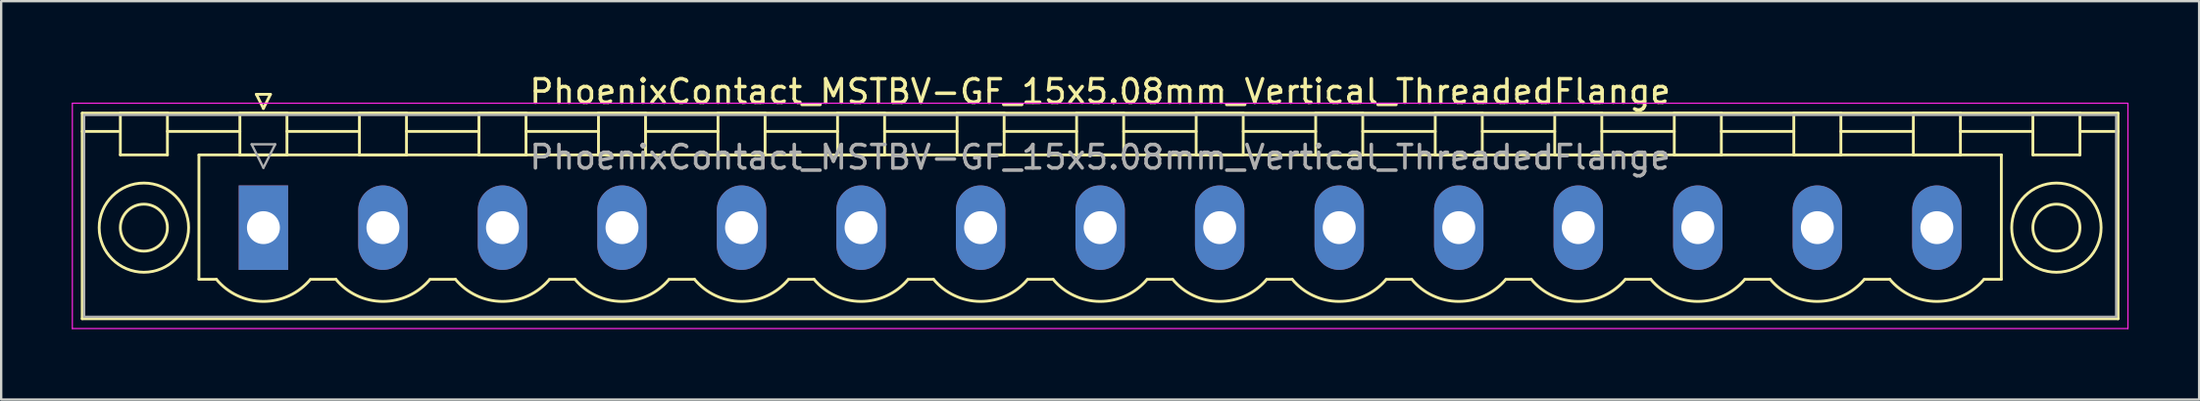
<source format=kicad_pcb>
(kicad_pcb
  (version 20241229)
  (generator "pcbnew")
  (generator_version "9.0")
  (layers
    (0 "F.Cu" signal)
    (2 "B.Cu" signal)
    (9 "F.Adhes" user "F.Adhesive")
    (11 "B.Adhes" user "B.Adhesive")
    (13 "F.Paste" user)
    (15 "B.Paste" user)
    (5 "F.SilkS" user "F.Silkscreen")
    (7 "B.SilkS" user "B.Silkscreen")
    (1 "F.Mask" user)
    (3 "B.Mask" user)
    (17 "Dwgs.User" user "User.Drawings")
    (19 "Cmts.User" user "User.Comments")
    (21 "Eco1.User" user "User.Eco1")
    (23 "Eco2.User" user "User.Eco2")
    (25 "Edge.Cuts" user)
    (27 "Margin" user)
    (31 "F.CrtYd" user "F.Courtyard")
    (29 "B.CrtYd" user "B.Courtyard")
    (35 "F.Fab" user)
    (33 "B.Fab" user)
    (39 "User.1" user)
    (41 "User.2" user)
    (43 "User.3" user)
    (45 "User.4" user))
  (footprint "PhoenixContact_MSTBV-GF_15x5.08mm_Vertical_ThreadedFlange"
    (layer "F.Cu")
    (at 8.145 6.648)
    (property "Reference" "PhoenixContact_MSTBV-GF_15x5.08mm_Vertical_ThreadedFlange" (at 35.56 -5.8 0) (layer "F.SilkS") (effects (font (size 1 1) (thickness 0.15))))
    (attr through_hole)
    (fp_line (start -7.7 -4.88) (end -7.7 3.88) (stroke (width 0.12) (type solid)) (layer "F.SilkS"))
    (fp_line (start -7.7 -4.1) (end -6.16 -4.1) (stroke (width 0.12) (type solid)) (layer "F.SilkS"))
    (fp_line (start -7.7 3.88) (end 78.82 3.88) (stroke (width 0.12) (type solid)) (layer "F.SilkS"))
    (fp_line (start -6.08 -4.88) (end -4.08 -4.88) (stroke (width 0.12) (type solid)) (layer "F.SilkS"))
    (fp_line (start -6.08 -3.1) (end -6.08 -4.88) (stroke (width 0.12) (type solid)) (layer "F.SilkS"))
    (fp_line (start -4.08 -4.88) (end -4.08 -3.1) (stroke (width 0.12) (type solid)) (layer "F.SilkS"))
    (fp_line (start -4.08 -4.1) (end -1 -4.1) (stroke (width 0.12) (type solid)) (layer "F.SilkS"))
    (fp_line (start -4.08 -3.1) (end -6.08 -3.1) (stroke (width 0.12) (type solid)) (layer "F.SilkS"))
    (fp_line (start -2.74 -3.1) (end 73.86 -3.1) (stroke (width 0.12) (type solid)) (layer "F.SilkS"))
    (fp_line (start -2.74 2.2) (end -2.74 -3.1) (stroke (width 0.12) (type solid)) (layer "F.SilkS"))
    (fp_line (start -2 2.2) (end -2.74 2.2) (stroke (width 0.12) (type solid)) (layer "F.SilkS"))
    (fp_line (start -1 -4.88) (end 1 -4.88) (stroke (width 0.12) (type solid)) (layer "F.SilkS"))
    (fp_line (start -1 -3.1) (end -1 -4.88) (stroke (width 0.12) (type solid)) (layer "F.SilkS"))
    (fp_line (start -0.3 -5.68) (end 0.3 -5.68) (stroke (width 0.12) (type solid)) (layer "F.SilkS"))
    (fp_line (start 0 -5.08) (end -0.3 -5.68) (stroke (width 0.12) (type solid)) (layer "F.SilkS"))
    (fp_line (start 0.3 -5.68) (end 0 -5.08) (stroke (width 0.12) (type solid)) (layer "F.SilkS"))
    (fp_line (start 1 -4.88) (end 1 -3.1) (stroke (width 0.12) (type solid)) (layer "F.SilkS"))
    (fp_line (start 1 -4.1) (end 4.08 -4.1) (stroke (width 0.12) (type solid)) (layer "F.SilkS"))
    (fp_line (start 1 -3.1) (end -1 -3.1) (stroke (width 0.12) (type solid)) (layer "F.SilkS"))
    (fp_line (start 2 2.2) (end 3.08 2.2) (stroke (width 0.12) (type solid)) (layer "F.SilkS"))
    (fp_line (start 4.08 -4.88) (end 6.08 -4.88) (stroke (width 0.12) (type solid)) (layer "F.SilkS"))
    (fp_line (start 4.08 -3.1) (end 4.08 -4.88) (stroke (width 0.12) (type solid)) (layer "F.SilkS"))
    (fp_line (start 6.08 -4.88) (end 6.08 -3.1) (stroke (width 0.12) (type solid)) (layer "F.SilkS"))
    (fp_line (start 6.08 -4.1) (end 9.16 -4.1) (stroke (width 0.12) (type solid)) (layer "F.SilkS"))
    (fp_line (start 6.08 -3.1) (end 4.08 -3.1) (stroke (width 0.12) (type solid)) (layer "F.SilkS"))
    (fp_line (start 7.08 2.2) (end 8.16 2.2) (stroke (width 0.12) (type solid)) (layer "F.SilkS"))
    (fp_line (start 9.16 -4.88) (end 11.16 -4.88) (stroke (width 0.12) (type solid)) (layer "F.SilkS"))
    (fp_line (start 9.16 -3.1) (end 9.16 -4.88) (stroke (width 0.12) (type solid)) (layer "F.SilkS"))
    (fp_line (start 11.16 -4.88) (end 11.16 -3.1) (stroke (width 0.12) (type solid)) (layer "F.SilkS"))
    (fp_line (start 11.16 -4.1) (end 14.24 -4.1) (stroke (width 0.12) (type solid)) (layer "F.SilkS"))
    (fp_line (start 11.16 -3.1) (end 9.16 -3.1) (stroke (width 0.12) (type solid)) (layer "F.SilkS"))
    (fp_line (start 12.16 2.2) (end 13.24 2.2) (stroke (width 0.12) (type solid)) (layer "F.SilkS"))
    (fp_line (start 14.24 -4.88) (end 16.24 -4.88) (stroke (width 0.12) (type solid)) (layer "F.SilkS"))
    (fp_line (start 14.24 -3.1) (end 14.24 -4.88) (stroke (width 0.12) (type solid)) (layer "F.SilkS"))
    (fp_line (start 16.24 -4.88) (end 16.24 -3.1) (stroke (width 0.12) (type solid)) (layer "F.SilkS"))
    (fp_line (start 16.24 -4.1) (end 19.32 -4.1) (stroke (width 0.12) (type solid)) (layer "F.SilkS"))
    (fp_line (start 16.24 -3.1) (end 14.24 -3.1) (stroke (width 0.12) (type solid)) (layer "F.SilkS"))
    (fp_line (start 17.24 2.2) (end 18.32 2.2) (stroke (width 0.12) (type solid)) (layer "F.SilkS"))
    (fp_line (start 19.32 -4.88) (end 21.32 -4.88) (stroke (width 0.12) (type solid)) (layer "F.SilkS"))
    (fp_line (start 19.32 -3.1) (end 19.32 -4.88) (stroke (width 0.12) (type solid)) (layer "F.SilkS"))
    (fp_line (start 21.32 -4.88) (end 21.32 -3.1) (stroke (width 0.12) (type solid)) (layer "F.SilkS"))
    (fp_line (start 21.32 -4.1) (end 24.4 -4.1) (stroke (width 0.12) (type solid)) (layer "F.SilkS"))
    (fp_line (start 21.32 -3.1) (end 19.32 -3.1) (stroke (width 0.12) (type solid)) (layer "F.SilkS"))
    (fp_line (start 22.32 2.2) (end 23.4 2.2) (stroke (width 0.12) (type solid)) (layer "F.SilkS"))
    (fp_line (start 24.4 -4.88) (end 26.4 -4.88) (stroke (width 0.12) (type solid)) (layer "F.SilkS"))
    (fp_line (start 24.4 -3.1) (end 24.4 -4.88) (stroke (width 0.12) (type solid)) (layer "F.SilkS"))
    (fp_line (start 26.4 -4.88) (end 26.4 -3.1) (stroke (width 0.12) (type solid)) (layer "F.SilkS"))
    (fp_line (start 26.4 -4.1) (end 29.48 -4.1) (stroke (width 0.12) (type solid)) (layer "F.SilkS"))
    (fp_line (start 26.4 -3.1) (end 24.4 -3.1) (stroke (width 0.12) (type solid)) (layer "F.SilkS"))
    (fp_line (start 27.4 2.2) (end 28.48 2.2) (stroke (width 0.12) (type solid)) (layer "F.SilkS"))
    (fp_line (start 29.48 -4.88) (end 31.48 -4.88) (stroke (width 0.12) (type solid)) (layer "F.SilkS"))
    (fp_line (start 29.48 -3.1) (end 29.48 -4.88) (stroke (width 0.12) (type solid)) (layer "F.SilkS"))
    (fp_line (start 31.48 -4.88) (end 31.48 -3.1) (stroke (width 0.12) (type solid)) (layer "F.SilkS"))
    (fp_line (start 31.48 -4.1) (end 34.56 -4.1) (stroke (width 0.12) (type solid)) (layer "F.SilkS"))
    (fp_line (start 31.48 -3.1) (end 29.48 -3.1) (stroke (width 0.12) (type solid)) (layer "F.SilkS"))
    (fp_line (start 32.48 2.2) (end 33.56 2.2) (stroke (width 0.12) (type solid)) (layer "F.SilkS"))
    (fp_line (start 34.56 -4.88) (end 36.56 -4.88) (stroke (width 0.12) (type solid)) (layer "F.SilkS"))
    (fp_line (start 34.56 -3.1) (end 34.56 -4.88) (stroke (width 0.12) (type solid)) (layer "F.SilkS"))
    (fp_line (start 36.56 -4.88) (end 36.56 -3.1) (stroke (width 0.12) (type solid)) (layer "F.SilkS"))
    (fp_line (start 36.56 -4.1) (end 39.64 -4.1) (stroke (width 0.12) (type solid)) (layer "F.SilkS"))
    (fp_line (start 36.56 -3.1) (end 34.56 -3.1) (stroke (width 0.12) (type solid)) (layer "F.SilkS"))
    (fp_line (start 37.56 2.2) (end 38.64 2.2) (stroke (width 0.12) (type solid)) (layer "F.SilkS"))
    (fp_line (start 39.64 -4.88) (end 41.64 -4.88) (stroke (width 0.12) (type solid)) (layer "F.SilkS"))
    (fp_line (start 39.64 -3.1) (end 39.64 -4.88) (stroke (width 0.12) (type solid)) (layer "F.SilkS"))
    (fp_line (start 41.64 -4.88) (end 41.64 -3.1) (stroke (width 0.12) (type solid)) (layer "F.SilkS"))
    (fp_line (start 41.64 -4.1) (end 44.72 -4.1) (stroke (width 0.12) (type solid)) (layer "F.SilkS"))
    (fp_line (start 41.64 -3.1) (end 39.64 -3.1) (stroke (width 0.12) (type solid)) (layer "F.SilkS"))
    (fp_line (start 42.64 2.2) (end 43.72 2.2) (stroke (width 0.12) (type solid)) (layer "F.SilkS"))
    (fp_line (start 44.72 -4.88) (end 46.72 -4.88) (stroke (width 0.12) (type solid)) (layer "F.SilkS"))
    (fp_line (start 44.72 -3.1) (end 44.72 -4.88) (stroke (width 0.12) (type solid)) (layer "F.SilkS"))
    (fp_line (start 46.72 -4.88) (end 46.72 -3.1) (stroke (width 0.12) (type solid)) (layer "F.SilkS"))
    (fp_line (start 46.72 -4.1) (end 49.8 -4.1) (stroke (width 0.12) (type solid)) (layer "F.SilkS"))
    (fp_line (start 46.72 -3.1) (end 44.72 -3.1) (stroke (width 0.12) (type solid)) (layer "F.SilkS"))
    (fp_line (start 47.72 2.2) (end 48.8 2.2) (stroke (width 0.12) (type solid)) (layer "F.SilkS"))
    (fp_line (start 49.8 -4.88) (end 51.8 -4.88) (stroke (width 0.12) (type solid)) (layer "F.SilkS"))
    (fp_line (start 49.8 -3.1) (end 49.8 -4.88) (stroke (width 0.12) (type solid)) (layer "F.SilkS"))
    (fp_line (start 51.8 -4.88) (end 51.8 -3.1) (stroke (width 0.12) (type solid)) (layer "F.SilkS"))
    (fp_line (start 51.8 -4.1) (end 54.88 -4.1) (stroke (width 0.12) (type solid)) (layer "F.SilkS"))
    (fp_line (start 51.8 -3.1) (end 49.8 -3.1) (stroke (width 0.12) (type solid)) (layer "F.SilkS"))
    (fp_line (start 52.8 2.2) (end 53.88 2.2) (stroke (width 0.12) (type solid)) (layer "F.SilkS"))
    (fp_line (start 54.88 -4.88) (end 56.88 -4.88) (stroke (width 0.12) (type solid)) (layer "F.SilkS"))
    (fp_line (start 54.88 -3.1) (end 54.88 -4.88) (stroke (width 0.12) (type solid)) (layer "F.SilkS"))
    (fp_line (start 56.88 -4.88) (end 56.88 -3.1) (stroke (width 0.12) (type solid)) (layer "F.SilkS"))
    (fp_line (start 56.88 -4.1) (end 59.96 -4.1) (stroke (width 0.12) (type solid)) (layer "F.SilkS"))
    (fp_line (start 56.88 -3.1) (end 54.88 -3.1) (stroke (width 0.12) (type solid)) (layer "F.SilkS"))
    (fp_line (start 57.88 2.2) (end 58.96 2.2) (stroke (width 0.12) (type solid)) (layer "F.SilkS"))
    (fp_line (start 59.96 -4.88) (end 61.96 -4.88) (stroke (width 0.12) (type solid)) (layer "F.SilkS"))
    (fp_line (start 59.96 -3.1) (end 59.96 -4.88) (stroke (width 0.12) (type solid)) (layer "F.SilkS"))
    (fp_line (start 61.96 -4.88) (end 61.96 -3.1) (stroke (width 0.12) (type solid)) (layer "F.SilkS"))
    (fp_line (start 61.96 -4.1) (end 65.04 -4.1) (stroke (width 0.12) (type solid)) (layer "F.SilkS"))
    (fp_line (start 61.96 -3.1) (end 59.96 -3.1) (stroke (width 0.12) (type solid)) (layer "F.SilkS"))
    (fp_line (start 62.96 2.2) (end 64.04 2.2) (stroke (width 0.12) (type solid)) (layer "F.SilkS"))
    (fp_line (start 65.04 -4.88) (end 67.04 -4.88) (stroke (width 0.12) (type solid)) (layer "F.SilkS"))
    (fp_line (start 65.04 -3.1) (end 65.04 -4.88) (stroke (width 0.12) (type solid)) (layer "F.SilkS"))
    (fp_line (start 67.04 -4.88) (end 67.04 -3.1) (stroke (width 0.12) (type solid)) (layer "F.SilkS"))
    (fp_line (start 67.04 -4.1) (end 70.12 -4.1) (stroke (width 0.12) (type solid)) (layer "F.SilkS"))
    (fp_line (start 67.04 -3.1) (end 65.04 -3.1) (stroke (width 0.12) (type solid)) (layer "F.SilkS"))
    (fp_line (start 68.04 2.2) (end 69.12 2.2) (stroke (width 0.12) (type solid)) (layer "F.SilkS"))
    (fp_line (start 70.12 -4.88) (end 72.12 -4.88) (stroke (width 0.12) (type solid)) (layer "F.SilkS"))
    (fp_line (start 70.12 -3.1) (end 70.12 -4.88) (stroke (width 0.12) (type solid)) (layer "F.SilkS"))
    (fp_line (start 72.12 -4.88) (end 72.12 -3.1) (stroke (width 0.12) (type solid)) (layer "F.SilkS"))
    (fp_line (start 72.12 -4.1) (end 75.2 -4.1) (stroke (width 0.12) (type solid)) (layer "F.SilkS"))
    (fp_line (start 72.12 -3.1) (end 70.12 -3.1) (stroke (width 0.12) (type solid)) (layer "F.SilkS"))
    (fp_line (start 73.86 -3.1) (end 73.86 2.2) (stroke (width 0.12) (type solid)) (layer "F.SilkS"))
    (fp_line (start 73.86 2.2) (end 73.12 2.2) (stroke (width 0.12) (type solid)) (layer "F.SilkS"))
    (fp_line (start 75.2 -4.88) (end 77.2 -4.88) (stroke (width 0.12) (type solid)) (layer "F.SilkS"))
    (fp_line (start 75.2 -3.1) (end 75.2 -4.88) (stroke (width 0.12) (type solid)) (layer "F.SilkS"))
    (fp_line (start 77.2 -4.88) (end 77.2 -3.1) (stroke (width 0.12) (type solid)) (layer "F.SilkS"))
    (fp_line (start 77.2 -3.1) (end 75.2 -3.1) (stroke (width 0.12) (type solid)) (layer "F.SilkS"))
    (fp_line (start 78.82 -4.88) (end -7.7 -4.88) (stroke (width 0.12) (type solid)) (layer "F.SilkS"))
    (fp_line (start 78.82 -4.1) (end 77.28 -4.1) (stroke (width 0.12) (type solid)) (layer "F.SilkS"))
    (fp_line (start 78.82 3.88) (end 78.82 -4.88) (stroke (width 0.12) (type solid)) (layer "F.SilkS"))
    (fp_arc (start 1.986842 2.215821) (mid -0.010289 3.142758) (end -2 2.2) (stroke (width 0.12) (type solid)) (layer "F.SilkS"))
    (fp_arc (start 7.066842 2.215821) (mid 5.069711 3.142758) (end 3.08 2.2) (stroke (width 0.12) (type solid)) (layer "F.SilkS"))
    (fp_arc (start 12.146842 2.215821) (mid 10.149711 3.142758) (end 8.16 2.2) (stroke (width 0.12) (type solid)) (layer "F.SilkS"))
    (fp_arc (start 17.226842 2.215821) (mid 15.229711 3.142758) (end 13.24 2.2) (stroke (width 0.12) (type solid)) (layer "F.SilkS"))
    (fp_arc (start 22.306842 2.215821) (mid 20.309711 3.142758) (end 18.32 2.2) (stroke (width 0.12) (type solid)) (layer "F.SilkS"))
    (fp_arc (start 27.386842 2.215821) (mid 25.389711 3.142758) (end 23.4 2.2) (stroke (width 0.12) (type solid)) (layer "F.SilkS"))
    (fp_arc (start 32.466842 2.215821) (mid 30.469711 3.142758) (end 28.48 2.2) (stroke (width 0.12) (type solid)) (layer "F.SilkS"))
    (fp_arc (start 37.546842 2.215821) (mid 35.549711 3.142758) (end 33.56 2.2) (stroke (width 0.12) (type solid)) (layer "F.SilkS"))
    (fp_arc (start 42.626842 2.215821) (mid 40.629711 3.142758) (end 38.64 2.2) (stroke (width 0.12) (type solid)) (layer "F.SilkS"))
    (fp_arc (start 47.706842 2.215821) (mid 45.709711 3.142758) (end 43.72 2.2) (stroke (width 0.12) (type solid)) (layer "F.SilkS"))
    (fp_arc (start 52.786842 2.215821) (mid 50.789711 3.142758) (end 48.8 2.2) (stroke (width 0.12) (type solid)) (layer "F.SilkS"))
    (fp_arc (start 57.866842 2.215821) (mid 55.869711 3.142758) (end 53.88 2.2) (stroke (width 0.12) (type solid)) (layer "F.SilkS"))
    (fp_arc (start 62.946842 2.215821) (mid 60.949711 3.142758) (end 58.96 2.2) (stroke (width 0.12) (type solid)) (layer "F.SilkS"))
    (fp_arc (start 68.026842 2.215821) (mid 66.029711 3.142758) (end 64.04 2.2) (stroke (width 0.12) (type solid)) (layer "F.SilkS"))
    (fp_arc (start 73.106842 2.215821) (mid 71.109711 3.142758) (end 69.12 2.2) (stroke (width 0.12) (type solid)) (layer "F.SilkS"))
    (fp_circle (center -5.08 0) (end -4.08 0) (stroke (width 0.12) (type solid)) (fill no) (layer "F.SilkS"))
    (fp_circle (center -5.08 0) (end -3.18 0) (stroke (width 0.12) (type solid)) (fill no) (layer "F.SilkS"))
    (fp_circle (center 76.2 0) (end 77.2 0) (stroke (width 0.12) (type solid)) (fill no) (layer "F.SilkS"))
    (fp_circle (center 76.2 0) (end 78.1 0) (stroke (width 0.12) (type solid)) (fill no) (layer "F.SilkS"))
    (fp_line (start -8.12 -5.3) (end -8.12 4.3) (stroke (width 0.05) (type solid)) (layer "F.CrtYd"))
    (fp_line (start -8.12 4.3) (end 79.24 4.3) (stroke (width 0.05) (type solid)) (layer "F.CrtYd"))
    (fp_line (start 79.24 -5.3) (end -8.12 -5.3) (stroke (width 0.05) (type solid)) (layer "F.CrtYd"))
    (fp_line (start 79.24 4.3) (end 79.24 -5.3) (stroke (width 0.05) (type solid)) (layer "F.CrtYd"))
    (fp_line (start -7.62 -4.8) (end -7.62 3.8) (stroke (width 0.1) (type solid)) (layer "F.Fab"))
    (fp_line (start -7.62 3.8) (end 78.74 3.8) (stroke (width 0.1) (type solid)) (layer "F.Fab"))
    (fp_line (start -0.5 -3.55) (end 0.5 -3.55) (stroke (width 0.1) (type solid)) (layer "F.Fab"))
    (fp_line (start 0 -2.55) (end -0.5 -3.55) (stroke (width 0.1) (type solid)) (layer "F.Fab"))
    (fp_line (start 0.5 -3.55) (end 0 -2.55) (stroke (width 0.1) (type solid)) (layer "F.Fab"))
    (fp_line (start 78.74 -4.8) (end -7.62 -4.8) (stroke (width 0.1) (type solid)) (layer "F.Fab"))
    (fp_line (start 78.74 3.8) (end 78.74 -4.8) (stroke (width 0.1) (type solid)) (layer "F.Fab"))
    (fp_text user "${REFERENCE}" (at 35.56 -3 0) (layer "F.Fab") (effects (font (size 1 1) (thickness 0.15))))
    (pad "1" thru_hole rect (at 0 0) (size 2.1 3.6) (drill 1.4) (layers "*.Cu" "*.Mask"))
    (pad "2" thru_hole oval (at 5.08 0) (size 2.1 3.6) (drill 1.4) (layers "*.Cu" "*.Mask"))
    (pad "3" thru_hole oval (at 10.16 0) (size 2.1 3.6) (drill 1.4) (layers "*.Cu" "*.Mask"))
    (pad "4" thru_hole oval (at 15.24 0) (size 2.1 3.6) (drill 1.4) (layers "*.Cu" "*.Mask"))
    (pad "5" thru_hole oval (at 20.32 0) (size 2.1 3.6) (drill 1.4) (layers "*.Cu" "*.Mask"))
    (pad "6" thru_hole oval (at 25.4 0) (size 2.1 3.6) (drill 1.4) (layers "*.Cu" "*.Mask"))
    (pad "7" thru_hole oval (at 30.48 0) (size 2.1 3.6) (drill 1.4) (layers "*.Cu" "*.Mask"))
    (pad "8" thru_hole oval (at 35.56 0) (size 2.1 3.6) (drill 1.4) (layers "*.Cu" "*.Mask"))
    (pad "9" thru_hole oval (at 40.64 0) (size 2.1 3.6) (drill 1.4) (layers "*.Cu" "*.Mask"))
    (pad "10" thru_hole oval (at 45.72 0) (size 2.1 3.6) (drill 1.4) (layers "*.Cu" "*.Mask"))
    (pad "11" thru_hole oval (at 50.8 0) (size 2.1 3.6) (drill 1.4) (layers "*.Cu" "*.Mask"))
    (pad "12" thru_hole oval (at 55.88 0) (size 2.1 3.6) (drill 1.4) (layers "*.Cu" "*.Mask"))
    (pad "13" thru_hole oval (at 60.96 0) (size 2.1 3.6) (drill 1.4) (layers "*.Cu" "*.Mask"))
    (pad "14" thru_hole oval (at 66.04 0) (size 2.1 3.6) (drill 1.4) (layers "*.Cu" "*.Mask"))
    (pad "15" thru_hole oval (at 71.12 0) (size 2.1 3.6) (drill 1.4) (layers "*.Cu" "*.Mask")))
  (gr_rect
    (start -3 -3)
    (end 90.41 13.973)
    (stroke (width 0.1) (type default))
    (fill no)
    (layer "Edge.Cuts")))
</source>
